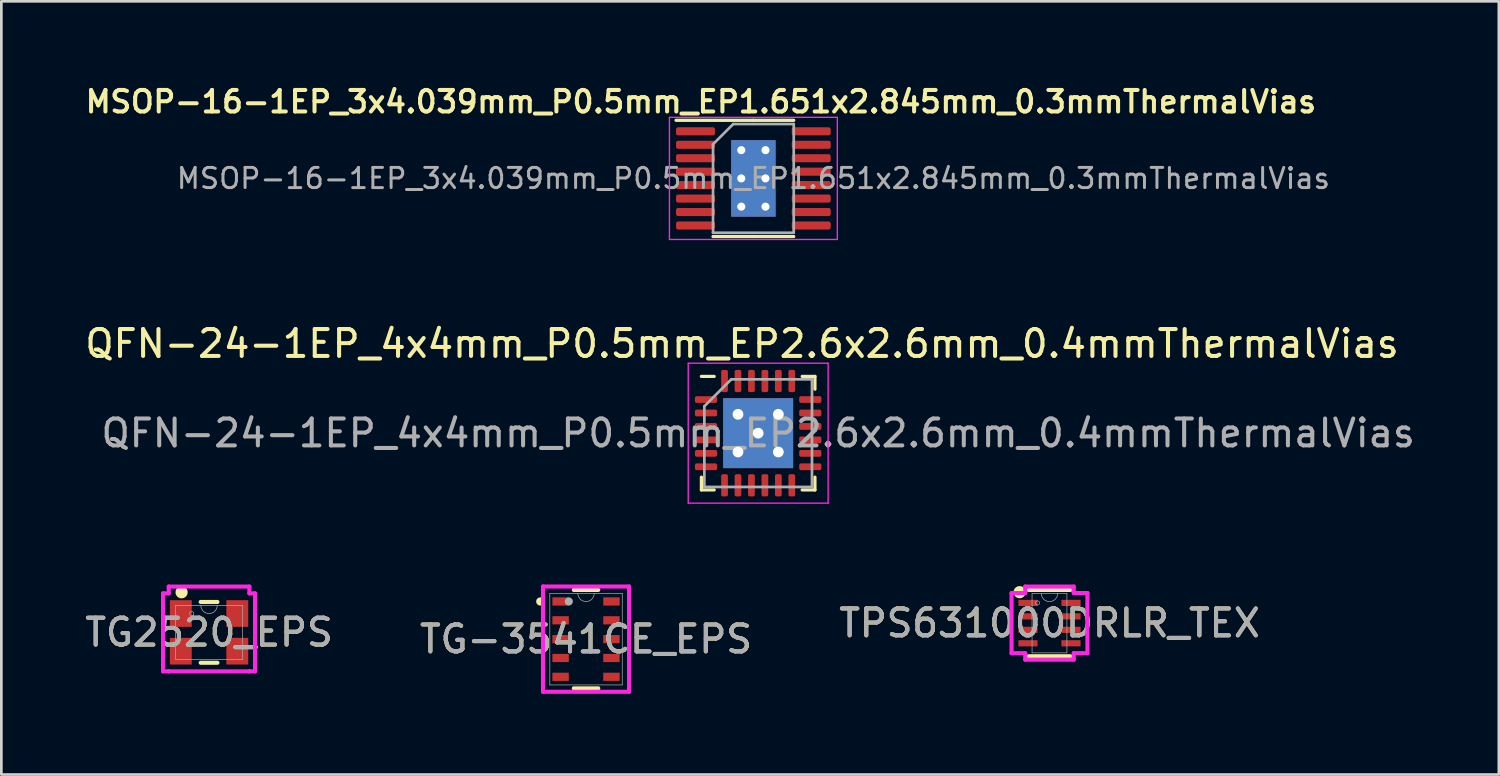
<source format=kicad_pcb>
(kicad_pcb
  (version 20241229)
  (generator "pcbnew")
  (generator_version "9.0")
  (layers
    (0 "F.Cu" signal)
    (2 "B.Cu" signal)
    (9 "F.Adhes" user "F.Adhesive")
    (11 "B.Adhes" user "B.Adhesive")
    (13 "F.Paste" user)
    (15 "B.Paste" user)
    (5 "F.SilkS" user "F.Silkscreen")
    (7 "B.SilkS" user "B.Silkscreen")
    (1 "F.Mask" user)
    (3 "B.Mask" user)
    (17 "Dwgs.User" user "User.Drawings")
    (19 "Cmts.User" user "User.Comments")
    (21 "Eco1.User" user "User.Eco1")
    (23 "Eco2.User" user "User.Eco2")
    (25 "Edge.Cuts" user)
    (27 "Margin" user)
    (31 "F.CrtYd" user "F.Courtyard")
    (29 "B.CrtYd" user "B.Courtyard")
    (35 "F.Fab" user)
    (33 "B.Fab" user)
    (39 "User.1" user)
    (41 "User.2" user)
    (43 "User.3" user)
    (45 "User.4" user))
  (footprint "TPS631000DRLR_TEX"
    (layer "F.Cu")
    (at 35.958 20.11)
    (property "Reference" "TPS631000DRLR_TEX" (at 0 0 0) (unlocked yes) (layer "F.SilkS") (effects (font (size 1 1) (thickness 0.15))))
    (attr smd)
    (fp_line (start -0.775 1.232) (end 0.775 1.232) (stroke (width 0.152) (type solid)) (layer "F.SilkS"))
    (fp_line (start 0.775 -1.232) (end -0.775 -1.232) (stroke (width 0.152) (type solid)) (layer "F.SilkS"))
    (fp_circle (center -1.11 -1.15) (end -0.96 -1.15) (stroke (width 0.152) (type solid)) (fill yes) (layer "F.SilkS"))
    (fp_line (start -1.41 -1.118) (end -0.902 -1.118) (stroke (width 0.152) (type solid)) (layer "F.CrtYd"))
    (fp_line (start -1.41 1.118) (end -1.41 -1.118) (stroke (width 0.152) (type solid)) (layer "F.CrtYd"))
    (fp_line (start -1.41 1.118) (end -0.902 1.118) (stroke (width 0.152) (type solid)) (layer "F.CrtYd"))
    (fp_line (start -0.902 -1.359) (end 0.902 -1.359) (stroke (width 0.152) (type solid)) (layer "F.CrtYd"))
    (fp_line (start -0.902 -1.118) (end -0.902 -1.359) (stroke (width 0.152) (type solid)) (layer "F.CrtYd"))
    (fp_line (start -0.902 1.359) (end -0.902 1.118) (stroke (width 0.152) (type solid)) (layer "F.CrtYd"))
    (fp_line (start 0.902 -1.359) (end 0.902 -1.118) (stroke (width 0.152) (type solid)) (layer "F.CrtYd"))
    (fp_line (start 0.902 1.118) (end 0.902 1.359) (stroke (width 0.152) (type solid)) (layer "F.CrtYd"))
    (fp_line (start 0.902 1.359) (end -0.902 1.359) (stroke (width 0.152) (type solid)) (layer "F.CrtYd"))
    (fp_line (start 1.41 -1.118) (end 0.902 -1.118) (stroke (width 0.152) (type solid)) (layer "F.CrtYd"))
    (fp_line (start 1.41 -1.118) (end 1.41 1.118) (stroke (width 0.152) (type solid)) (layer "F.CrtYd"))
    (fp_line (start 1.41 1.118) (end 0.902 1.118) (stroke (width 0.152) (type solid)) (layer "F.CrtYd"))
    (fp_line (start -0.648 -1.105) (end -0.648 1.105) (stroke (width 0.025) (type solid)) (layer "F.Fab"))
    (fp_line (start -0.648 1.105) (end 0.648 1.105) (stroke (width 0.025) (type solid)) (layer "F.Fab"))
    (fp_line (start 0.648 -1.105) (end -0.648 -1.105) (stroke (width 0.025) (type solid)) (layer "F.Fab"))
    (fp_line (start 0.648 1.105) (end 0.648 -1.105) (stroke (width 0.025) (type solid)) (layer "F.Fab"))
    (fp_arc (start 0.3048 -1.1049) (mid 0 -0.8001) (end -0.3048 -1.1049) (stroke (width 0.0254) (type solid)) (layer "F.Fab"))
    (fp_circle (center -0.445 -0.75) (end -0.368 -0.75) (stroke (width 0.025) (type solid)) (fill no) (layer "F.Fab"))
    (fp_text user "${REFERENCE}" (at 0 0 0) (unlocked yes) (layer "F.Fab") (effects (font (size 1 1) (thickness 0.15))))
    (pad "1" smd rect (at -0.8 -0.75) (size 0.711 0.229) (layers "F.Cu" "F.Mask" "F.Paste"))
    (pad "2" smd rect (at -0.8 -0.25) (size 0.711 0.229) (layers "F.Cu" "F.Mask" "F.Paste"))
    (pad "3" smd rect (at -0.8 0.25) (size 0.711 0.229) (layers "F.Cu" "F.Mask" "F.Paste"))
    (pad "4" smd rect (at -0.8 0.75) (size 0.711 0.229) (layers "F.Cu" "F.Mask" "F.Paste"))
    (pad "5" smd rect (at 0.8 0.75) (size 0.711 0.229) (layers "F.Cu" "F.Mask" "F.Paste"))
    (pad "6" smd rect (at 0.8 0.25) (size 0.711 0.229) (layers "F.Cu" "F.Mask" "F.Paste"))
    (pad "7" smd rect (at 0.8 -0.25) (size 0.711 0.229) (layers "F.Cu" "F.Mask" "F.Paste"))
    (pad "8" smd rect (at 0.8 -0.75) (size 0.711 0.229) (layers "F.Cu" "F.Mask" "F.Paste")))
  (footprint "QFN-24-1EP_4x4mm_P0.5mm_EP2.6x2.6mm_0.4mmThermalVias"
    (layer "F.Cu")
    (at 25.13 13.05)
    (property "Reference" "QFN-24-1EP_4x4mm_P0.5mm_EP2.6x2.6mm_0.4mmThermalVias" (at -0.6 -3.325 0) (layer "F.SilkS") (effects (font (size 1 1) (thickness 0.15))))
    (attr smd)
    (fp_line (start -2.11 2.11) (end -2.11 1.635) (stroke (width 0.12) (type solid)) (layer "F.SilkS"))
    (fp_line (start -1.635 -2.11) (end -2.11 -2.11) (stroke (width 0.12) (type solid)) (layer "F.SilkS"))
    (fp_line (start -1.635 2.11) (end -2.11 2.11) (stroke (width 0.12) (type solid)) (layer "F.SilkS"))
    (fp_line (start 1.635 -2.11) (end 2.11 -2.11) (stroke (width 0.12) (type solid)) (layer "F.SilkS"))
    (fp_line (start 1.635 2.11) (end 2.11 2.11) (stroke (width 0.12) (type solid)) (layer "F.SilkS"))
    (fp_line (start 2.11 -2.11) (end 2.11 -1.635) (stroke (width 0.12) (type solid)) (layer "F.SilkS"))
    (fp_line (start 2.11 2.11) (end 2.11 1.635) (stroke (width 0.12) (type solid)) (layer "F.SilkS"))
    (fp_line (start -2.6 -2.6) (end -2.6 2.6) (stroke (width 0.05) (type solid)) (layer "F.CrtYd"))
    (fp_line (start -2.6 2.6) (end 2.6 2.6) (stroke (width 0.05) (type solid)) (layer "F.CrtYd"))
    (fp_line (start 2.6 -2.6) (end -2.6 -2.6) (stroke (width 0.05) (type solid)) (layer "F.CrtYd"))
    (fp_line (start 2.6 2.6) (end 2.6 -2.6) (stroke (width 0.05) (type solid)) (layer "F.CrtYd"))
    (fp_line (start -2 -1) (end -1 -2) (stroke (width 0.1) (type solid)) (layer "F.Fab"))
    (fp_line (start -2 2) (end -2 -1) (stroke (width 0.1) (type solid)) (layer "F.Fab"))
    (fp_line (start -1 -2) (end 2 -2) (stroke (width 0.1) (type solid)) (layer "F.Fab"))
    (fp_line (start 2 -2) (end 2 2) (stroke (width 0.1) (type solid)) (layer "F.Fab"))
    (fp_line (start 2 2) (end -2 2) (stroke (width 0.1) (type solid)) (layer "F.Fab"))
    (fp_text user "${REFERENCE}" (at 0 0 0) (layer "F.Fab") (effects (font (size 1 1) (thickness 0.15))))
    (pad "" smd roundrect (at -0.65 -0.65 180) (size 1.13 1.13) (layers "F.Paste") (roundrect_rratio 0.221))
    (pad "" smd roundrect (at -0.65 0.65 180) (size 1.13 1.13) (layers "F.Paste") (roundrect_rratio 0.221))
    (pad "" smd roundrect (at 0.65 -0.65 180) (size 1.13 1.13) (layers "F.Paste") (roundrect_rratio 0.221))
    (pad "" smd roundrect (at 0.65 0.65 180) (size 1.13 1.13) (layers "F.Paste") (roundrect_rratio 0.221))
    (pad "1" smd roundrect (at -1.938 -1.25 180) (size 0.825 0.25) (layers "F.Cu" "F.Mask" "F.Paste") (roundrect_rratio 0.25))
    (pad "2" smd roundrect (at -1.938 -0.75 180) (size 0.825 0.25) (layers "F.Cu" "F.Mask" "F.Paste") (roundrect_rratio 0.25))
    (pad "3" smd roundrect (at -1.938 -0.25 180) (size 0.825 0.25) (layers "F.Cu" "F.Mask" "F.Paste") (roundrect_rratio 0.25))
    (pad "4" smd roundrect (at -1.938 0.25 180) (size 0.825 0.25) (layers "F.Cu" "F.Mask" "F.Paste") (roundrect_rratio 0.25))
    (pad "5" smd roundrect (at -1.938 0.75 180) (size 0.825 0.25) (layers "F.Cu" "F.Mask" "F.Paste") (roundrect_rratio 0.25))
    (pad "6" smd roundrect (at -1.938 1.25 180) (size 0.825 0.25) (layers "F.Cu" "F.Mask" "F.Paste") (roundrect_rratio 0.25))
    (pad "7" smd roundrect (at -1.25 1.938 180) (size 0.25 0.825) (layers "F.Cu" "F.Mask" "F.Paste") (roundrect_rratio 0.25))
    (pad "8" smd roundrect (at -0.75 1.938 180) (size 0.25 0.825) (layers "F.Cu" "F.Mask" "F.Paste") (roundrect_rratio 0.25))
    (pad "9" smd roundrect (at -0.25 1.938 180) (size 0.25 0.825) (layers "F.Cu" "F.Mask" "F.Paste") (roundrect_rratio 0.25))
    (pad "10" smd roundrect (at 0.25 1.938 180) (size 0.25 0.825) (layers "F.Cu" "F.Mask" "F.Paste") (roundrect_rratio 0.25))
    (pad "11" smd roundrect (at 0.75 1.938 180) (size 0.25 0.825) (layers "F.Cu" "F.Mask" "F.Paste") (roundrect_rratio 0.25))
    (pad "12" smd roundrect (at 1.25 1.938 180) (size 0.25 0.825) (layers "F.Cu" "F.Mask" "F.Paste") (roundrect_rratio 0.25))
    (pad "13" smd roundrect (at 1.938 1.25 180) (size 0.825 0.25) (layers "F.Cu" "F.Mask" "F.Paste") (roundrect_rratio 0.25))
    (pad "14" smd roundrect (at 1.938 0.75 180) (size 0.825 0.25) (layers "F.Cu" "F.Mask" "F.Paste") (roundrect_rratio 0.25))
    (pad "15" smd roundrect (at 1.938 0.25 180) (size 0.825 0.25) (layers "F.Cu" "F.Mask" "F.Paste") (roundrect_rratio 0.25))
    (pad "16" smd roundrect (at 1.938 -0.25 180) (size 0.825 0.25) (layers "F.Cu" "F.Mask" "F.Paste") (roundrect_rratio 0.25))
    (pad "17" smd roundrect (at 1.938 -0.75 180) (size 0.825 0.25) (layers "F.Cu" "F.Mask" "F.Paste") (roundrect_rratio 0.25))
    (pad "18" smd roundrect (at 1.938 -1.25 180) (size 0.825 0.25) (layers "F.Cu" "F.Mask" "F.Paste") (roundrect_rratio 0.25))
    (pad "19" smd roundrect (at 1.25 -1.938 180) (size 0.25 0.825) (layers "F.Cu" "F.Mask" "F.Paste") (roundrect_rratio 0.25))
    (pad "20" smd roundrect (at 0.75 -1.938 180) (size 0.25 0.825) (layers "F.Cu" "F.Mask" "F.Paste") (roundrect_rratio 0.25))
    (pad "21" smd roundrect (at 0.25 -1.938 180) (size 0.25 0.825) (layers "F.Cu" "F.Mask" "F.Paste") (roundrect_rratio 0.25))
    (pad "22" smd roundrect (at -0.25 -1.938 180) (size 0.25 0.825) (layers "F.Cu" "F.Mask" "F.Paste") (roundrect_rratio 0.25))
    (pad "23" smd roundrect (at -0.75 -1.938 180) (size 0.25 0.825) (layers "F.Cu" "F.Mask" "F.Paste") (roundrect_rratio 0.25))
    (pad "24" smd roundrect (at -1.25 -1.938 180) (size 0.25 0.825) (layers "F.Cu" "F.Mask" "F.Paste") (roundrect_rratio 0.25))
    (pad "25" thru_hole circle (at -0.75 -0.7 180) (size 0.8 0.8) (drill 0.4) (layers "*.Cu"))
    (pad "25" thru_hole circle (at -0.75 0.7 180) (size 0.8 0.8) (drill 0.4) (layers "*.Cu"))
    (pad "25" thru_hole circle (at 0 0 180) (size 0.8 0.8) (drill 0.4) (layers "*.Cu"))
    (pad "25" smd rect (at 0 0 180) (size 2.6 2.6) (layers "F.Cu" "F.Mask"))
    (pad "25" smd rect (at 0 0 180) (size 2.6 2.6) (layers "B.Cu" "B.Mask"))
    (pad "25" thru_hole circle (at 0.75 -0.7 180) (size 0.8 0.8) (drill 0.4) (layers "*.Cu"))
    (pad "25" thru_hole circle (at 0.75 0.7 180) (size 0.8 0.8) (drill 0.4) (layers "*.Cu")))
  (footprint "TG2520_EPS"
    (layer "F.Cu")
    (at 4.72 20.454)
    (property "Reference" "TG2520_EPS" (at 0 0 0) (unlocked yes) (layer "F.SilkS") (effects (font (size 1 1) (thickness 0.15))))
    (attr smd)
    (fp_line (start -0.311 1.13) (end 0.311 1.13) (stroke (width 0.152) (type solid)) (layer "F.SilkS"))
    (fp_line (start 0.311 -1.13) (end -0.311 -1.13) (stroke (width 0.152) (type solid)) (layer "F.SilkS"))
    (fp_circle (center -1.02 -1.49) (end -0.87 -1.49) (stroke (width 0.152) (type solid)) (fill yes) (layer "F.SilkS"))
    (fp_line (start -1.71 -1.449) (end -1.499 -1.449) (stroke (width 0.152) (type solid)) (layer "F.CrtYd"))
    (fp_line (start -1.71 1.449) (end -1.71 -1.449) (stroke (width 0.152) (type solid)) (layer "F.CrtYd"))
    (fp_line (start -1.71 1.449) (end -1.499 1.449) (stroke (width 0.152) (type solid)) (layer "F.CrtYd"))
    (fp_line (start -1.499 -1.703) (end 1.499 -1.703) (stroke (width 0.152) (type solid)) (layer "F.CrtYd"))
    (fp_line (start -1.499 -1.449) (end -1.499 -1.703) (stroke (width 0.152) (type solid)) (layer "F.CrtYd"))
    (fp_line (start -1.499 1.449) (end -1.499 1.449) (stroke (width 0.152) (type solid)) (layer "F.CrtYd"))
    (fp_line (start 1.499 -1.703) (end 1.499 -1.449) (stroke (width 0.152) (type solid)) (layer "F.CrtYd"))
    (fp_line (start 1.499 1.449) (end -1.499 1.449) (stroke (width 0.152) (type solid)) (layer "F.CrtYd"))
    (fp_line (start 1.499 1.449) (end 1.499 1.449) (stroke (width 0.152) (type solid)) (layer "F.CrtYd"))
    (fp_line (start 1.71 -1.449) (end 1.499 -1.449) (stroke (width 0.152) (type solid)) (layer "F.CrtYd"))
    (fp_line (start 1.71 -1.449) (end 1.71 1.449) (stroke (width 0.152) (type solid)) (layer "F.CrtYd"))
    (fp_line (start 1.71 1.449) (end 1.499 1.449) (stroke (width 0.152) (type solid)) (layer "F.CrtYd"))
    (fp_line (start -1.245 -1.003) (end -1.245 1.003) (stroke (width 0.025) (type solid)) (layer "F.Fab"))
    (fp_line (start -1.245 1.003) (end 1.245 1.003) (stroke (width 0.025) (type solid)) (layer "F.Fab"))
    (fp_line (start 1.245 -1.003) (end -1.245 -1.003) (stroke (width 0.025) (type solid)) (layer "F.Fab"))
    (fp_line (start 1.245 1.003) (end 1.245 -1.003) (stroke (width 0.025) (type solid)) (layer "F.Fab"))
    (fp_arc (start 0.3048 -1.0033) (mid 0 -0.6985) (end -0.3048 -1.0033) (stroke (width 0.0254) (type solid)) (layer "F.Fab"))
    (fp_circle (center -0.644 -0.7) (end -0.567 -0.7) (stroke (width 0.025) (type solid)) (fill no) (layer "F.Fab"))
    (fp_text user "${REFERENCE}" (at 0 0 0) (unlocked yes) (layer "F.Fab") (effects (font (size 1 1) (thickness 0.15))))
    (pad "1" smd rect (at -1.05 -0.7) (size 0.813 0.991) (layers "F.Cu" "F.Mask" "F.Paste"))
    (pad "2" smd rect (at -1.05 0.7) (size 0.813 0.991) (layers "F.Cu" "F.Mask" "F.Paste"))
    (pad "3" smd rect (at 1.05 0.7) (size 0.813 0.991) (layers "F.Cu" "F.Mask" "F.Paste"))
    (pad "4" smd rect (at 1.05 -0.7) (size 0.813 0.991) (layers "F.Cu" "F.Mask" "F.Paste")))
  (footprint "TG-3541CE_EPS"
    (layer "F.Cu")
    (at 18.732 20.706)
    (property "Reference" "TG-3541CE_EPS" (at 0 0 0) (unlocked yes) (layer "F.SilkS") (effects (font (size 1 1) (thickness 0.15))))
    (attr smd)
    (fp_line (start -0.455 1.829) (end 0.455 1.829) (stroke (width 0.152) (type solid)) (layer "F.SilkS"))
    (fp_line (start 0.455 -1.829) (end -0.455 -1.829) (stroke (width 0.152) (type solid)) (layer "F.SilkS"))
    (fp_circle (center -1.702 -1.4) (end -1.625 -1.4) (stroke (width 0.152) (type solid)) (fill no) (layer "F.SilkS"))
    (fp_line (start -1.6 -1.956) (end 1.6 -1.956) (stroke (width 0.152) (type solid)) (layer "F.CrtYd"))
    (fp_line (start -1.6 -1.806) (end -1.6 -1.956) (stroke (width 0.152) (type solid)) (layer "F.CrtYd"))
    (fp_line (start -1.6 -1.806) (end -1.6 -1.806) (stroke (width 0.152) (type solid)) (layer "F.CrtYd"))
    (fp_line (start -1.6 1.806) (end -1.6 -1.806) (stroke (width 0.152) (type solid)) (layer "F.CrtYd"))
    (fp_line (start -1.6 1.806) (end -1.6 1.806) (stroke (width 0.152) (type solid)) (layer "F.CrtYd"))
    (fp_line (start -1.6 1.956) (end -1.6 1.806) (stroke (width 0.152) (type solid)) (layer "F.CrtYd"))
    (fp_line (start 1.6 -1.956) (end 1.6 -1.806) (stroke (width 0.152) (type solid)) (layer "F.CrtYd"))
    (fp_line (start 1.6 -1.806) (end 1.6 -1.806) (stroke (width 0.152) (type solid)) (layer "F.CrtYd"))
    (fp_line (start 1.6 -1.806) (end 1.6 1.806) (stroke (width 0.152) (type solid)) (layer "F.CrtYd"))
    (fp_line (start 1.6 1.806) (end 1.6 1.806) (stroke (width 0.152) (type solid)) (layer "F.CrtYd"))
    (fp_line (start 1.6 1.806) (end 1.6 1.956) (stroke (width 0.152) (type solid)) (layer "F.CrtYd"))
    (fp_line (start 1.6 1.956) (end -1.6 1.956) (stroke (width 0.152) (type solid)) (layer "F.CrtYd"))
    (fp_line (start -1.346 -1.702) (end -1.346 1.702) (stroke (width 0.025) (type solid)) (layer "F.Fab"))
    (fp_line (start -1.346 1.702) (end 1.346 1.702) (stroke (width 0.025) (type solid)) (layer "F.Fab"))
    (fp_line (start 1.346 -1.702) (end -1.346 -1.702) (stroke (width 0.025) (type solid)) (layer "F.Fab"))
    (fp_line (start 1.346 1.702) (end 1.346 -1.702) (stroke (width 0.025) (type solid)) (layer "F.Fab"))
    (fp_arc (start 0.3048 -1.7018) (mid 0 -1.397) (end -0.3048 -1.7018) (stroke (width 0.0254) (type solid)) (layer "F.Fab"))
    (fp_circle (center -0.64 -1.4) (end -0.64 -1.4) (stroke (width 0.152) (type solid)) (fill no) (layer "F.Fab"))
    (fp_text user "${REFERENCE}" (at 0 0 0) (unlocked yes) (layer "F.Fab") (effects (font (size 1 1) (thickness 0.15))))
    (pad "1" smd rect (at -0.945 -1.4) (size 0.61 0.305) (layers "F.Cu" "F.Mask" "F.Paste"))
    (pad "2" smd rect (at -0.945 -0.7) (size 0.61 0.305) (layers "F.Cu" "F.Mask" "F.Paste"))
    (pad "3" smd rect (at -0.945 0) (size 0.61 0.305) (layers "F.Cu" "F.Mask" "F.Paste"))
    (pad "4" smd rect (at -0.945 0.7) (size 0.61 0.305) (layers "F.Cu" "F.Mask" "F.Paste"))
    (pad "5" smd rect (at -0.945 1.4) (size 0.61 0.305) (layers "F.Cu" "F.Mask" "F.Paste"))
    (pad "6" smd rect (at 0.945 1.4) (size 0.61 0.305) (layers "F.Cu" "F.Mask" "F.Paste"))
    (pad "7" smd rect (at 0.945 0.7) (size 0.61 0.305) (layers "F.Cu" "F.Mask" "F.Paste"))
    (pad "8" smd rect (at 0.945 0) (size 0.61 0.305) (layers "F.Cu" "F.Mask" "F.Paste"))
    (pad "9" smd rect (at 0.945 -0.7) (size 0.61 0.305) (layers "F.Cu" "F.Mask" "F.Paste"))
    (pad "10" smd rect (at 0.945 -1.4) (size 0.61 0.305) (layers "F.Cu" "F.Mask" "F.Paste")))
  (footprint "MSOP-16-1EP_3x4.039mm_P0.5mm_EP1.651x2.845mm_0.3mmThermalVias"
    (layer "F.Cu")
    (at 24.952 3.581)
    (property "Reference" "MSOP-16-1EP_3x4.039mm_P0.5mm_EP1.651x2.845mm_0.3mmThermalVias" (at -1.95 -2.85 0) (layer "F.SilkS") (effects (font (size 0.8 0.8) (thickness 0.15))))
    (attr smd)
    (fp_line (start 0 -2.16) (end -2.875 -2.16) (stroke (width 0.12) (type solid)) (layer "F.SilkS"))
    (fp_line (start 0 -2.16) (end 1.5 -2.16) (stroke (width 0.12) (type solid)) (layer "F.SilkS"))
    (fp_line (start 0 2.16) (end -1.5 2.16) (stroke (width 0.12) (type solid)) (layer "F.SilkS"))
    (fp_line (start 0 2.16) (end 1.5 2.16) (stroke (width 0.12) (type solid)) (layer "F.SilkS"))
    (fp_line (start -3.12 -2.27) (end -3.12 2.27) (stroke (width 0.05) (type solid)) (layer "F.CrtYd"))
    (fp_line (start -3.12 2.27) (end 3.12 2.27) (stroke (width 0.05) (type solid)) (layer "F.CrtYd"))
    (fp_line (start 3.12 -2.27) (end -3.12 -2.27) (stroke (width 0.05) (type solid)) (layer "F.CrtYd"))
    (fp_line (start 3.12 2.27) (end 3.12 -2.27) (stroke (width 0.05) (type solid)) (layer "F.CrtYd"))
    (fp_line (start -1.5 -1.27) (end -0.75 -2.019) (stroke (width 0.1) (type solid)) (layer "F.Fab"))
    (fp_line (start -1.5 2.019) (end -1.5 -1.27) (stroke (width 0.1) (type solid)) (layer "F.Fab"))
    (fp_line (start -0.75 -2.019) (end 1.5 -2.019) (stroke (width 0.1) (type solid)) (layer "F.Fab"))
    (fp_line (start 1.5 -2.019) (end 1.5 2.019) (stroke (width 0.1) (type solid)) (layer "F.Fab"))
    (fp_line (start 1.5 2.019) (end -1.5 2.019) (stroke (width 0.1) (type solid)) (layer "F.Fab"))
    (fp_text user "${REFERENCE}" (at 0 0 0) (layer "F.Fab") (effects (font (size 0.75 0.75) (thickness 0.11))))
    (pad "" smd roundrect (at -0.415 -0.71) (size 0.69 1.19) (layers "F.Paste") (roundrect_rratio 0.25))
    (pad "" smd roundrect (at -0.415 0.71) (size 0.69 1.19) (layers "F.Paste") (roundrect_rratio 0.25))
    (pad "" smd roundrect (at 0.415 -0.71) (size 0.69 1.19) (layers "F.Paste") (roundrect_rratio 0.25))
    (pad "" smd roundrect (at 0.415 0.71) (size 0.69 1.19) (layers "F.Paste") (roundrect_rratio 0.25))
    (pad "1" smd roundrect (at -2.15 -1.75) (size 1.45 0.3) (layers "F.Cu" "F.Mask" "F.Paste") (roundrect_rratio 0.25))
    (pad "2" smd roundrect (at -2.15 -1.25) (size 1.45 0.3) (layers "F.Cu" "F.Mask" "F.Paste") (roundrect_rratio 0.25))
    (pad "3" smd roundrect (at -2.15 -0.75) (size 1.45 0.3) (layers "F.Cu" "F.Mask" "F.Paste") (roundrect_rratio 0.25))
    (pad "4" smd roundrect (at -2.15 -0.25) (size 1.45 0.3) (layers "F.Cu" "F.Mask" "F.Paste") (roundrect_rratio 0.25))
    (pad "5" smd roundrect (at -2.15 0.25) (size 1.45 0.3) (layers "F.Cu" "F.Mask" "F.Paste") (roundrect_rratio 0.25))
    (pad "6" smd roundrect (at -2.15 0.75) (size 1.45 0.3) (layers "F.Cu" "F.Mask" "F.Paste") (roundrect_rratio 0.25))
    (pad "7" smd roundrect (at -2.15 1.25) (size 1.45 0.3) (layers "F.Cu" "F.Mask" "F.Paste") (roundrect_rratio 0.25))
    (pad "8" smd roundrect (at -2.15 1.75) (size 1.45 0.3) (layers "F.Cu" "F.Mask" "F.Paste") (roundrect_rratio 0.25))
    (pad "9" smd roundrect (at 2.15 1.75) (size 1.45 0.3) (layers "F.Cu" "F.Mask" "F.Paste") (roundrect_rratio 0.25))
    (pad "10" smd roundrect (at 2.15 1.25) (size 1.45 0.3) (layers "F.Cu" "F.Mask" "F.Paste") (roundrect_rratio 0.25))
    (pad "11" smd roundrect (at 2.15 0.75) (size 1.45 0.3) (layers "F.Cu" "F.Mask" "F.Paste") (roundrect_rratio 0.25))
    (pad "12" smd roundrect (at 2.15 0.25) (size 1.45 0.3) (layers "F.Cu" "F.Mask" "F.Paste") (roundrect_rratio 0.25))
    (pad "13" smd roundrect (at 2.15 -0.25) (size 1.45 0.3) (layers "F.Cu" "F.Mask" "F.Paste") (roundrect_rratio 0.25))
    (pad "14" smd roundrect (at 2.15 -0.75) (size 1.45 0.3) (layers "F.Cu" "F.Mask" "F.Paste") (roundrect_rratio 0.25))
    (pad "15" smd roundrect (at 2.15 -1.25) (size 1.45 0.3) (layers "F.Cu" "F.Mask" "F.Paste") (roundrect_rratio 0.25))
    (pad "16" smd roundrect (at 2.15 -1.75) (size 1.45 0.3) (layers "F.Cu" "F.Mask" "F.Paste") (roundrect_rratio 0.25))
    (pad "17" thru_hole circle (at -0.45 -1.05) (size 0.7 0.7) (drill 0.3) (layers "*.Cu"))
    (pad "17" thru_hole circle (at -0.45 0) (size 0.7 0.7) (drill 0.3) (layers "*.Cu"))
    (pad "17" thru_hole circle (at -0.45 1.05) (size 0.7 0.7) (drill 0.3) (layers "*.Cu"))
    (pad "17" smd rect (at 0 0) (size 1.651 2.845) (layers "F.Cu" "F.Mask"))
    (pad "17" smd rect (at 0 0) (size 1.651 2.845) (layers "B.Cu" "B.Mask"))
    (pad "17" thru_hole circle (at 0.45 -1.05) (size 0.7 0.7) (drill 0.3) (layers "*.Cu"))
    (pad "17" thru_hole circle (at 0.45 0) (size 0.7 0.7) (drill 0.3) (layers "*.Cu"))
    (pad "17" thru_hole circle (at 0.45 1.05) (size 0.7 0.7) (drill 0.3) (layers "*.Cu")))
  (gr_rect
    (start -3 -3)
    (end 52.66 25.738)
    (stroke (width 0.1) (type default))
    (fill no)
    (layer "Edge.Cuts")))
</source>
